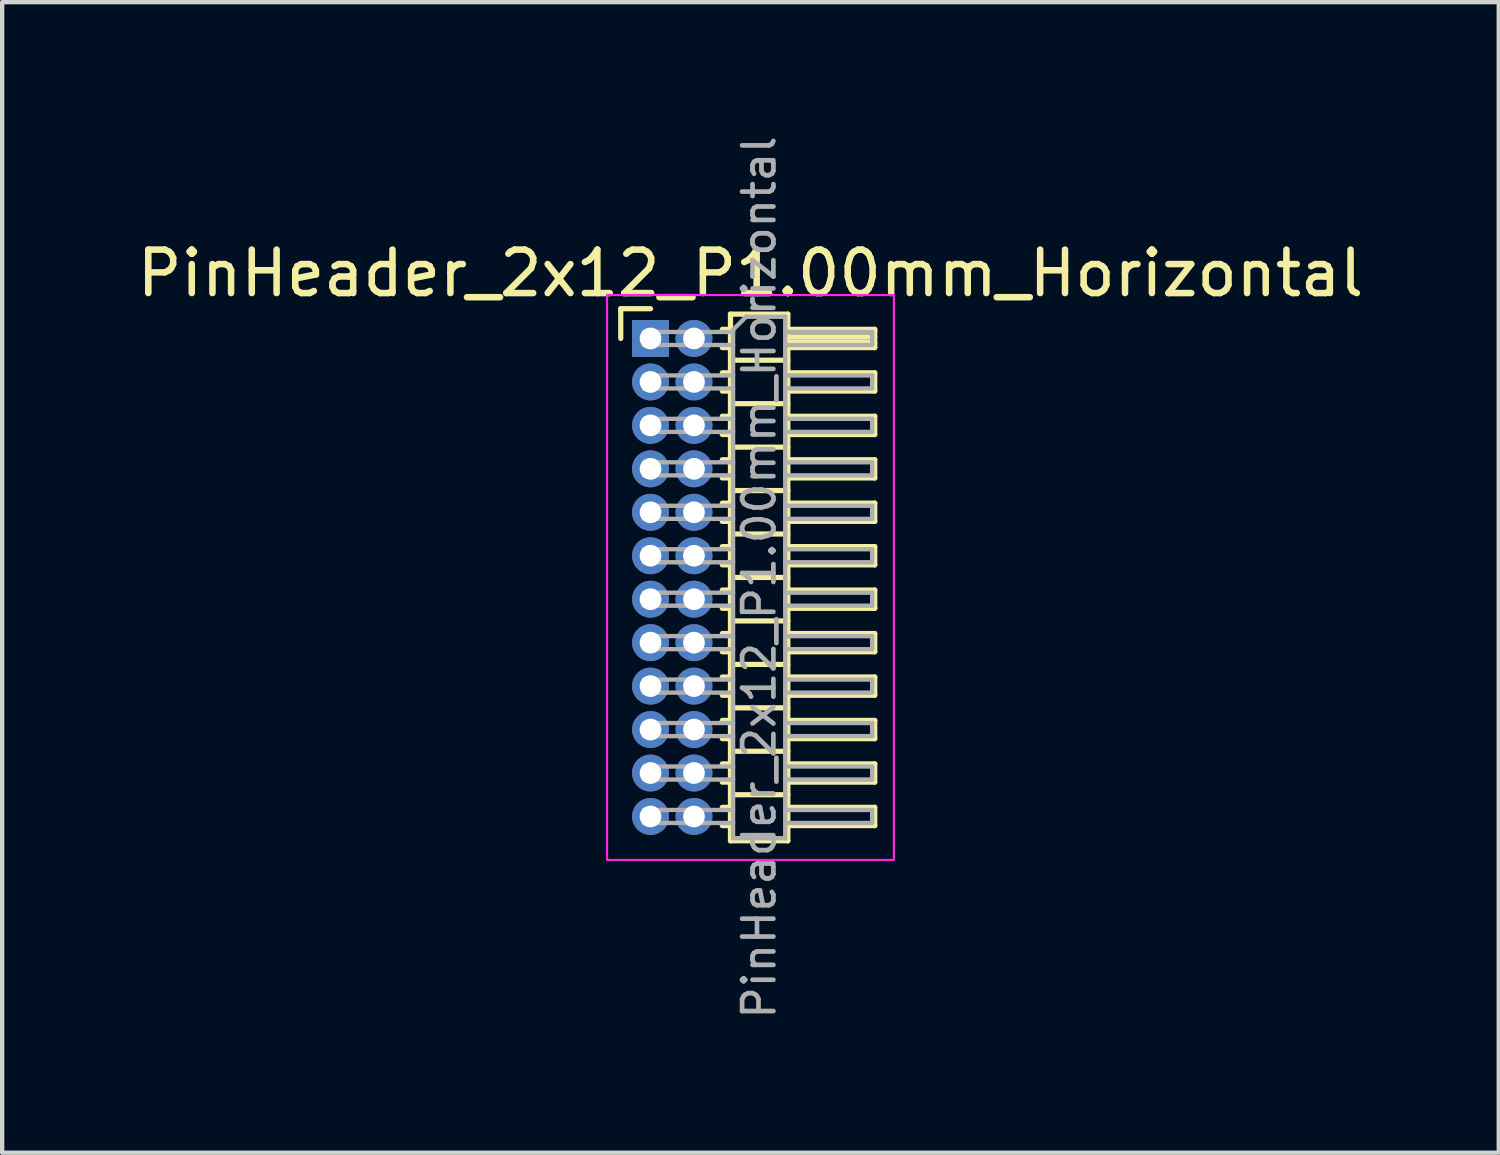
<source format=kicad_pcb>
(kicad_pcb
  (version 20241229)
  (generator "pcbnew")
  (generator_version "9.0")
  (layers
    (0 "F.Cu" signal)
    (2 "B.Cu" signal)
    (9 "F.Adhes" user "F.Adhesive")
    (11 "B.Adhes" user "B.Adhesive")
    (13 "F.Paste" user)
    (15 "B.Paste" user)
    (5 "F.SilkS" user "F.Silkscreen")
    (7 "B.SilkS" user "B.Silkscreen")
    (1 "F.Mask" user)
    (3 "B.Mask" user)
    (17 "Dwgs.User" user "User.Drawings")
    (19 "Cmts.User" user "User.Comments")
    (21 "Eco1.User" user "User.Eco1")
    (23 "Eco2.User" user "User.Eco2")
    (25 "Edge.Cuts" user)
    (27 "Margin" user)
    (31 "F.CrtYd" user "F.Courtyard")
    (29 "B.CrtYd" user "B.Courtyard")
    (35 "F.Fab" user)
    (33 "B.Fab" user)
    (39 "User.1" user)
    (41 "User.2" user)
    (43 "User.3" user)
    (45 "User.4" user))
  (footprint "PinHeader_2x12_P1.00mm_Horizontal"
    (layer "F.Cu")
    (at 11.92 4.739)
    (property "Reference" "PinHeader_2x12_P1.00mm_Horizontal" (at 2.3 -1.5 0) (layer "F.SilkS") (effects (font (size 1 1) (thickness 0.15))))
    (attr through_hole)
    (fp_line (start -0.685 -0.685) (end 0 -0.685) (stroke (width 0.12) (type solid)) (layer "F.SilkS"))
    (fp_line (start -0.685 0) (end -0.685 -0.685) (stroke (width 0.12) (type solid)) (layer "F.SilkS"))
    (fp_line (start 1.652 -0.21) (end 1.84 -0.21) (stroke (width 0.12) (type solid)) (layer "F.SilkS"))
    (fp_line (start 1.652 0.21) (end 1.84 0.21) (stroke (width 0.12) (type solid)) (layer "F.SilkS"))
    (fp_line (start 1.652 0.79) (end 1.84 0.79) (stroke (width 0.12) (type solid)) (layer "F.SilkS"))
    (fp_line (start 1.652 1.21) (end 1.84 1.21) (stroke (width 0.12) (type solid)) (layer "F.SilkS"))
    (fp_line (start 1.652 1.79) (end 1.84 1.79) (stroke (width 0.12) (type solid)) (layer "F.SilkS"))
    (fp_line (start 1.652 2.21) (end 1.84 2.21) (stroke (width 0.12) (type solid)) (layer "F.SilkS"))
    (fp_line (start 1.652 2.79) (end 1.84 2.79) (stroke (width 0.12) (type solid)) (layer "F.SilkS"))
    (fp_line (start 1.652 3.21) (end 1.84 3.21) (stroke (width 0.12) (type solid)) (layer "F.SilkS"))
    (fp_line (start 1.652 3.79) (end 1.84 3.79) (stroke (width 0.12) (type solid)) (layer "F.SilkS"))
    (fp_line (start 1.652 4.21) (end 1.84 4.21) (stroke (width 0.12) (type solid)) (layer "F.SilkS"))
    (fp_line (start 1.652 4.79) (end 1.84 4.79) (stroke (width 0.12) (type solid)) (layer "F.SilkS"))
    (fp_line (start 1.652 5.21) (end 1.84 5.21) (stroke (width 0.12) (type solid)) (layer "F.SilkS"))
    (fp_line (start 1.652 5.79) (end 1.84 5.79) (stroke (width 0.12) (type solid)) (layer "F.SilkS"))
    (fp_line (start 1.652 6.21) (end 1.84 6.21) (stroke (width 0.12) (type solid)) (layer "F.SilkS"))
    (fp_line (start 1.652 6.79) (end 1.84 6.79) (stroke (width 0.12) (type solid)) (layer "F.SilkS"))
    (fp_line (start 1.652 7.21) (end 1.84 7.21) (stroke (width 0.12) (type solid)) (layer "F.SilkS"))
    (fp_line (start 1.652 7.79) (end 1.84 7.79) (stroke (width 0.12) (type solid)) (layer "F.SilkS"))
    (fp_line (start 1.652 8.21) (end 1.84 8.21) (stroke (width 0.12) (type solid)) (layer "F.SilkS"))
    (fp_line (start 1.652 8.79) (end 1.84 8.79) (stroke (width 0.12) (type solid)) (layer "F.SilkS"))
    (fp_line (start 1.652 9.21) (end 1.84 9.21) (stroke (width 0.12) (type solid)) (layer "F.SilkS"))
    (fp_line (start 1.652 9.79) (end 1.84 9.79) (stroke (width 0.12) (type solid)) (layer "F.SilkS"))
    (fp_line (start 1.652 10.21) (end 1.84 10.21) (stroke (width 0.12) (type solid)) (layer "F.SilkS"))
    (fp_line (start 1.652 10.79) (end 1.84 10.79) (stroke (width 0.12) (type solid)) (layer "F.SilkS"))
    (fp_line (start 1.652 11.21) (end 1.84 11.21) (stroke (width 0.12) (type solid)) (layer "F.SilkS"))
    (fp_line (start 1.84 -0.56) (end 1.84 11.56) (stroke (width 0.12) (type solid)) (layer "F.SilkS"))
    (fp_line (start 1.84 0.5) (end 3.16 0.5) (stroke (width 0.12) (type solid)) (layer "F.SilkS"))
    (fp_line (start 1.84 1.5) (end 3.16 1.5) (stroke (width 0.12) (type solid)) (layer "F.SilkS"))
    (fp_line (start 1.84 2.5) (end 3.16 2.5) (stroke (width 0.12) (type solid)) (layer "F.SilkS"))
    (fp_line (start 1.84 3.5) (end 3.16 3.5) (stroke (width 0.12) (type solid)) (layer "F.SilkS"))
    (fp_line (start 1.84 4.5) (end 3.16 4.5) (stroke (width 0.12) (type solid)) (layer "F.SilkS"))
    (fp_line (start 1.84 5.5) (end 3.16 5.5) (stroke (width 0.12) (type solid)) (layer "F.SilkS"))
    (fp_line (start 1.84 6.5) (end 3.16 6.5) (stroke (width 0.12) (type solid)) (layer "F.SilkS"))
    (fp_line (start 1.84 7.5) (end 3.16 7.5) (stroke (width 0.12) (type solid)) (layer "F.SilkS"))
    (fp_line (start 1.84 8.5) (end 3.16 8.5) (stroke (width 0.12) (type solid)) (layer "F.SilkS"))
    (fp_line (start 1.84 9.5) (end 3.16 9.5) (stroke (width 0.12) (type solid)) (layer "F.SilkS"))
    (fp_line (start 1.84 10.5) (end 3.16 10.5) (stroke (width 0.12) (type solid)) (layer "F.SilkS"))
    (fp_line (start 1.84 11.56) (end 3.16 11.56) (stroke (width 0.12) (type solid)) (layer "F.SilkS"))
    (fp_line (start 3.16 -0.56) (end 1.84 -0.56) (stroke (width 0.12) (type solid)) (layer "F.SilkS"))
    (fp_line (start 3.16 -0.21) (end 5.16 -0.21) (stroke (width 0.12) (type solid)) (layer "F.SilkS"))
    (fp_line (start 3.16 -0.15) (end 5.16 -0.15) (stroke (width 0.12) (type solid)) (layer "F.SilkS"))
    (fp_line (start 3.16 -0.03) (end 5.16 -0.03) (stroke (width 0.12) (type solid)) (layer "F.SilkS"))
    (fp_line (start 3.16 0.09) (end 5.16 0.09) (stroke (width 0.12) (type solid)) (layer "F.SilkS"))
    (fp_line (start 3.16 0.79) (end 5.16 0.79) (stroke (width 0.12) (type solid)) (layer "F.SilkS"))
    (fp_line (start 3.16 1.79) (end 5.16 1.79) (stroke (width 0.12) (type solid)) (layer "F.SilkS"))
    (fp_line (start 3.16 2.79) (end 5.16 2.79) (stroke (width 0.12) (type solid)) (layer "F.SilkS"))
    (fp_line (start 3.16 3.79) (end 5.16 3.79) (stroke (width 0.12) (type solid)) (layer "F.SilkS"))
    (fp_line (start 3.16 4.79) (end 5.16 4.79) (stroke (width 0.12) (type solid)) (layer "F.SilkS"))
    (fp_line (start 3.16 5.79) (end 5.16 5.79) (stroke (width 0.12) (type solid)) (layer "F.SilkS"))
    (fp_line (start 3.16 6.79) (end 5.16 6.79) (stroke (width 0.12) (type solid)) (layer "F.SilkS"))
    (fp_line (start 3.16 7.79) (end 5.16 7.79) (stroke (width 0.12) (type solid)) (layer "F.SilkS"))
    (fp_line (start 3.16 8.79) (end 5.16 8.79) (stroke (width 0.12) (type solid)) (layer "F.SilkS"))
    (fp_line (start 3.16 9.79) (end 5.16 9.79) (stroke (width 0.12) (type solid)) (layer "F.SilkS"))
    (fp_line (start 3.16 10.79) (end 5.16 10.79) (stroke (width 0.12) (type solid)) (layer "F.SilkS"))
    (fp_line (start 3.16 11.56) (end 3.16 -0.56) (stroke (width 0.12) (type solid)) (layer "F.SilkS"))
    (fp_line (start 5.16 -0.21) (end 5.16 0.21) (stroke (width 0.12) (type solid)) (layer "F.SilkS"))
    (fp_line (start 5.16 0.21) (end 3.16 0.21) (stroke (width 0.12) (type solid)) (layer "F.SilkS"))
    (fp_line (start 5.16 0.79) (end 5.16 1.21) (stroke (width 0.12) (type solid)) (layer "F.SilkS"))
    (fp_line (start 5.16 1.21) (end 3.16 1.21) (stroke (width 0.12) (type solid)) (layer "F.SilkS"))
    (fp_line (start 5.16 1.79) (end 5.16 2.21) (stroke (width 0.12) (type solid)) (layer "F.SilkS"))
    (fp_line (start 5.16 2.21) (end 3.16 2.21) (stroke (width 0.12) (type solid)) (layer "F.SilkS"))
    (fp_line (start 5.16 2.79) (end 5.16 3.21) (stroke (width 0.12) (type solid)) (layer "F.SilkS"))
    (fp_line (start 5.16 3.21) (end 3.16 3.21) (stroke (width 0.12) (type solid)) (layer "F.SilkS"))
    (fp_line (start 5.16 3.79) (end 5.16 4.21) (stroke (width 0.12) (type solid)) (layer "F.SilkS"))
    (fp_line (start 5.16 4.21) (end 3.16 4.21) (stroke (width 0.12) (type solid)) (layer "F.SilkS"))
    (fp_line (start 5.16 4.79) (end 5.16 5.21) (stroke (width 0.12) (type solid)) (layer "F.SilkS"))
    (fp_line (start 5.16 5.21) (end 3.16 5.21) (stroke (width 0.12) (type solid)) (layer "F.SilkS"))
    (fp_line (start 5.16 5.79) (end 5.16 6.21) (stroke (width 0.12) (type solid)) (layer "F.SilkS"))
    (fp_line (start 5.16 6.21) (end 3.16 6.21) (stroke (width 0.12) (type solid)) (layer "F.SilkS"))
    (fp_line (start 5.16 6.79) (end 5.16 7.21) (stroke (width 0.12) (type solid)) (layer "F.SilkS"))
    (fp_line (start 5.16 7.21) (end 3.16 7.21) (stroke (width 0.12) (type solid)) (layer "F.SilkS"))
    (fp_line (start 5.16 7.79) (end 5.16 8.21) (stroke (width 0.12) (type solid)) (layer "F.SilkS"))
    (fp_line (start 5.16 8.21) (end 3.16 8.21) (stroke (width 0.12) (type solid)) (layer "F.SilkS"))
    (fp_line (start 5.16 8.79) (end 5.16 9.21) (stroke (width 0.12) (type solid)) (layer "F.SilkS"))
    (fp_line (start 5.16 9.21) (end 3.16 9.21) (stroke (width 0.12) (type solid)) (layer "F.SilkS"))
    (fp_line (start 5.16 9.79) (end 5.16 10.21) (stroke (width 0.12) (type solid)) (layer "F.SilkS"))
    (fp_line (start 5.16 10.21) (end 3.16 10.21) (stroke (width 0.12) (type solid)) (layer "F.SilkS"))
    (fp_line (start 5.16 10.79) (end 5.16 11.21) (stroke (width 0.12) (type solid)) (layer "F.SilkS"))
    (fp_line (start 5.16 11.21) (end 3.16 11.21) (stroke (width 0.12) (type solid)) (layer "F.SilkS"))
    (fp_line (start -1 -1) (end -1 12) (stroke (width 0.05) (type solid)) (layer "F.CrtYd"))
    (fp_line (start -1 12) (end 5.6 12) (stroke (width 0.05) (type solid)) (layer "F.CrtYd"))
    (fp_line (start 5.6 -1) (end -1 -1) (stroke (width 0.05) (type solid)) (layer "F.CrtYd"))
    (fp_line (start 5.6 12) (end 5.6 -1) (stroke (width 0.05) (type solid)) (layer "F.CrtYd"))
    (fp_line (start -0.15 -0.15) (end -0.15 0.15) (stroke (width 0.1) (type solid)) (layer "F.Fab"))
    (fp_line (start -0.15 -0.15) (end 1.9 -0.15) (stroke (width 0.1) (type solid)) (layer "F.Fab"))
    (fp_line (start -0.15 0.15) (end 1.9 0.15) (stroke (width 0.1) (type solid)) (layer "F.Fab"))
    (fp_line (start -0.15 0.85) (end -0.15 1.15) (stroke (width 0.1) (type solid)) (layer "F.Fab"))
    (fp_line (start -0.15 0.85) (end 1.9 0.85) (stroke (width 0.1) (type solid)) (layer "F.Fab"))
    (fp_line (start -0.15 1.15) (end 1.9 1.15) (stroke (width 0.1) (type solid)) (layer "F.Fab"))
    (fp_line (start -0.15 1.85) (end -0.15 2.15) (stroke (width 0.1) (type solid)) (layer "F.Fab"))
    (fp_line (start -0.15 1.85) (end 1.9 1.85) (stroke (width 0.1) (type solid)) (layer "F.Fab"))
    (fp_line (start -0.15 2.15) (end 1.9 2.15) (stroke (width 0.1) (type solid)) (layer "F.Fab"))
    (fp_line (start -0.15 2.85) (end -0.15 3.15) (stroke (width 0.1) (type solid)) (layer "F.Fab"))
    (fp_line (start -0.15 2.85) (end 1.9 2.85) (stroke (width 0.1) (type solid)) (layer "F.Fab"))
    (fp_line (start -0.15 3.15) (end 1.9 3.15) (stroke (width 0.1) (type solid)) (layer "F.Fab"))
    (fp_line (start -0.15 3.85) (end -0.15 4.15) (stroke (width 0.1) (type solid)) (layer "F.Fab"))
    (fp_line (start -0.15 3.85) (end 1.9 3.85) (stroke (width 0.1) (type solid)) (layer "F.Fab"))
    (fp_line (start -0.15 4.15) (end 1.9 4.15) (stroke (width 0.1) (type solid)) (layer "F.Fab"))
    (fp_line (start -0.15 4.85) (end -0.15 5.15) (stroke (width 0.1) (type solid)) (layer "F.Fab"))
    (fp_line (start -0.15 4.85) (end 1.9 4.85) (stroke (width 0.1) (type solid)) (layer "F.Fab"))
    (fp_line (start -0.15 5.15) (end 1.9 5.15) (stroke (width 0.1) (type solid)) (layer "F.Fab"))
    (fp_line (start -0.15 5.85) (end -0.15 6.15) (stroke (width 0.1) (type solid)) (layer "F.Fab"))
    (fp_line (start -0.15 5.85) (end 1.9 5.85) (stroke (width 0.1) (type solid)) (layer "F.Fab"))
    (fp_line (start -0.15 6.15) (end 1.9 6.15) (stroke (width 0.1) (type solid)) (layer "F.Fab"))
    (fp_line (start -0.15 6.85) (end -0.15 7.15) (stroke (width 0.1) (type solid)) (layer "F.Fab"))
    (fp_line (start -0.15 6.85) (end 1.9 6.85) (stroke (width 0.1) (type solid)) (layer "F.Fab"))
    (fp_line (start -0.15 7.15) (end 1.9 7.15) (stroke (width 0.1) (type solid)) (layer "F.Fab"))
    (fp_line (start -0.15 7.85) (end -0.15 8.15) (stroke (width 0.1) (type solid)) (layer "F.Fab"))
    (fp_line (start -0.15 7.85) (end 1.9 7.85) (stroke (width 0.1) (type solid)) (layer "F.Fab"))
    (fp_line (start -0.15 8.15) (end 1.9 8.15) (stroke (width 0.1) (type solid)) (layer "F.Fab"))
    (fp_line (start -0.15 8.85) (end -0.15 9.15) (stroke (width 0.1) (type solid)) (layer "F.Fab"))
    (fp_line (start -0.15 8.85) (end 1.9 8.85) (stroke (width 0.1) (type solid)) (layer "F.Fab"))
    (fp_line (start -0.15 9.15) (end 1.9 9.15) (stroke (width 0.1) (type solid)) (layer "F.Fab"))
    (fp_line (start -0.15 9.85) (end -0.15 10.15) (stroke (width 0.1) (type solid)) (layer "F.Fab"))
    (fp_line (start -0.15 9.85) (end 1.9 9.85) (stroke (width 0.1) (type solid)) (layer "F.Fab"))
    (fp_line (start -0.15 10.15) (end 1.9 10.15) (stroke (width 0.1) (type solid)) (layer "F.Fab"))
    (fp_line (start -0.15 10.85) (end -0.15 11.15) (stroke (width 0.1) (type solid)) (layer "F.Fab"))
    (fp_line (start -0.15 10.85) (end 1.9 10.85) (stroke (width 0.1) (type solid)) (layer "F.Fab"))
    (fp_line (start -0.15 11.15) (end 1.9 11.15) (stroke (width 0.1) (type solid)) (layer "F.Fab"))
    (fp_line (start 1.9 -0.2) (end 2.2 -0.5) (stroke (width 0.1) (type solid)) (layer "F.Fab"))
    (fp_line (start 1.9 11.5) (end 1.9 -0.2) (stroke (width 0.1) (type solid)) (layer "F.Fab"))
    (fp_line (start 2.2 -0.5) (end 3.1 -0.5) (stroke (width 0.1) (type solid)) (layer "F.Fab"))
    (fp_line (start 3.1 -0.5) (end 3.1 11.5) (stroke (width 0.1) (type solid)) (layer "F.Fab"))
    (fp_line (start 3.1 -0.15) (end 5.1 -0.15) (stroke (width 0.1) (type solid)) (layer "F.Fab"))
    (fp_line (start 3.1 0.15) (end 5.1 0.15) (stroke (width 0.1) (type solid)) (layer "F.Fab"))
    (fp_line (start 3.1 0.85) (end 5.1 0.85) (stroke (width 0.1) (type solid)) (layer "F.Fab"))
    (fp_line (start 3.1 1.15) (end 5.1 1.15) (stroke (width 0.1) (type solid)) (layer "F.Fab"))
    (fp_line (start 3.1 1.85) (end 5.1 1.85) (stroke (width 0.1) (type solid)) (layer "F.Fab"))
    (fp_line (start 3.1 2.15) (end 5.1 2.15) (stroke (width 0.1) (type solid)) (layer "F.Fab"))
    (fp_line (start 3.1 2.85) (end 5.1 2.85) (stroke (width 0.1) (type solid)) (layer "F.Fab"))
    (fp_line (start 3.1 3.15) (end 5.1 3.15) (stroke (width 0.1) (type solid)) (layer "F.Fab"))
    (fp_line (start 3.1 3.85) (end 5.1 3.85) (stroke (width 0.1) (type solid)) (layer "F.Fab"))
    (fp_line (start 3.1 4.15) (end 5.1 4.15) (stroke (width 0.1) (type solid)) (layer "F.Fab"))
    (fp_line (start 3.1 4.85) (end 5.1 4.85) (stroke (width 0.1) (type solid)) (layer "F.Fab"))
    (fp_line (start 3.1 5.15) (end 5.1 5.15) (stroke (width 0.1) (type solid)) (layer "F.Fab"))
    (fp_line (start 3.1 5.85) (end 5.1 5.85) (stroke (width 0.1) (type solid)) (layer "F.Fab"))
    (fp_line (start 3.1 6.15) (end 5.1 6.15) (stroke (width 0.1) (type solid)) (layer "F.Fab"))
    (fp_line (start 3.1 6.85) (end 5.1 6.85) (stroke (width 0.1) (type solid)) (layer "F.Fab"))
    (fp_line (start 3.1 7.15) (end 5.1 7.15) (stroke (width 0.1) (type solid)) (layer "F.Fab"))
    (fp_line (start 3.1 7.85) (end 5.1 7.85) (stroke (width 0.1) (type solid)) (layer "F.Fab"))
    (fp_line (start 3.1 8.15) (end 5.1 8.15) (stroke (width 0.1) (type solid)) (layer "F.Fab"))
    (fp_line (start 3.1 8.85) (end 5.1 8.85) (stroke (width 0.1) (type solid)) (layer "F.Fab"))
    (fp_line (start 3.1 9.15) (end 5.1 9.15) (stroke (width 0.1) (type solid)) (layer "F.Fab"))
    (fp_line (start 3.1 9.85) (end 5.1 9.85) (stroke (width 0.1) (type solid)) (layer "F.Fab"))
    (fp_line (start 3.1 10.15) (end 5.1 10.15) (stroke (width 0.1) (type solid)) (layer "F.Fab"))
    (fp_line (start 3.1 10.85) (end 5.1 10.85) (stroke (width 0.1) (type solid)) (layer "F.Fab"))
    (fp_line (start 3.1 11.15) (end 5.1 11.15) (stroke (width 0.1) (type solid)) (layer "F.Fab"))
    (fp_line (start 3.1 11.5) (end 1.9 11.5) (stroke (width 0.1) (type solid)) (layer "F.Fab"))
    (fp_line (start 5.1 -0.15) (end 5.1 0.15) (stroke (width 0.1) (type solid)) (layer "F.Fab"))
    (fp_line (start 5.1 0.85) (end 5.1 1.15) (stroke (width 0.1) (type solid)) (layer "F.Fab"))
    (fp_line (start 5.1 1.85) (end 5.1 2.15) (stroke (width 0.1) (type solid)) (layer "F.Fab"))
    (fp_line (start 5.1 2.85) (end 5.1 3.15) (stroke (width 0.1) (type solid)) (layer "F.Fab"))
    (fp_line (start 5.1 3.85) (end 5.1 4.15) (stroke (width 0.1) (type solid)) (layer "F.Fab"))
    (fp_line (start 5.1 4.85) (end 5.1 5.15) (stroke (width 0.1) (type solid)) (layer "F.Fab"))
    (fp_line (start 5.1 5.85) (end 5.1 6.15) (stroke (width 0.1) (type solid)) (layer "F.Fab"))
    (fp_line (start 5.1 6.85) (end 5.1 7.15) (stroke (width 0.1) (type solid)) (layer "F.Fab"))
    (fp_line (start 5.1 7.85) (end 5.1 8.15) (stroke (width 0.1) (type solid)) (layer "F.Fab"))
    (fp_line (start 5.1 8.85) (end 5.1 9.15) (stroke (width 0.1) (type solid)) (layer "F.Fab"))
    (fp_line (start 5.1 9.85) (end 5.1 10.15) (stroke (width 0.1) (type solid)) (layer "F.Fab"))
    (fp_line (start 5.1 10.85) (end 5.1 11.15) (stroke (width 0.1) (type solid)) (layer "F.Fab"))
    (fp_text user "${REFERENCE}" (at 2.5 5.5 90) (layer "F.Fab") (effects (font (size 0.72 0.72) (thickness 0.108))))
    (pad "1" thru_hole rect (at 0 0) (size 0.85 0.85) (drill 0.5) (layers "*.Cu" "*.Mask"))
    (pad "2" thru_hole oval (at 1 0) (size 0.85 0.85) (drill 0.5) (layers "*.Cu" "*.Mask"))
    (pad "3" thru_hole oval (at 0 1) (size 0.85 0.85) (drill 0.5) (layers "*.Cu" "*.Mask"))
    (pad "4" thru_hole oval (at 1 1) (size 0.85 0.85) (drill 0.5) (layers "*.Cu" "*.Mask"))
    (pad "5" thru_hole oval (at 0 2) (size 0.85 0.85) (drill 0.5) (layers "*.Cu" "*.Mask"))
    (pad "6" thru_hole oval (at 1 2) (size 0.85 0.85) (drill 0.5) (layers "*.Cu" "*.Mask"))
    (pad "7" thru_hole oval (at 0 3) (size 0.85 0.85) (drill 0.5) (layers "*.Cu" "*.Mask"))
    (pad "8" thru_hole oval (at 1 3) (size 0.85 0.85) (drill 0.5) (layers "*.Cu" "*.Mask"))
    (pad "9" thru_hole oval (at 0 4) (size 0.85 0.85) (drill 0.5) (layers "*.Cu" "*.Mask"))
    (pad "10" thru_hole oval (at 1 4) (size 0.85 0.85) (drill 0.5) (layers "*.Cu" "*.Mask"))
    (pad "11" thru_hole oval (at 0 5) (size 0.85 0.85) (drill 0.5) (layers "*.Cu" "*.Mask"))
    (pad "12" thru_hole oval (at 1 5) (size 0.85 0.85) (drill 0.5) (layers "*.Cu" "*.Mask"))
    (pad "13" thru_hole oval (at 0 6) (size 0.85 0.85) (drill 0.5) (layers "*.Cu" "*.Mask"))
    (pad "14" thru_hole oval (at 1 6) (size 0.85 0.85) (drill 0.5) (layers "*.Cu" "*.Mask"))
    (pad "15" thru_hole oval (at 0 7) (size 0.85 0.85) (drill 0.5) (layers "*.Cu" "*.Mask"))
    (pad "16" thru_hole oval (at 1 7) (size 0.85 0.85) (drill 0.5) (layers "*.Cu" "*.Mask"))
    (pad "17" thru_hole oval (at 0 8) (size 0.85 0.85) (drill 0.5) (layers "*.Cu" "*.Mask"))
    (pad "18" thru_hole oval (at 1 8) (size 0.85 0.85) (drill 0.5) (layers "*.Cu" "*.Mask"))
    (pad "19" thru_hole oval (at 0 9) (size 0.85 0.85) (drill 0.5) (layers "*.Cu" "*.Mask"))
    (pad "20" thru_hole oval (at 1 9) (size 0.85 0.85) (drill 0.5) (layers "*.Cu" "*.Mask"))
    (pad "21" thru_hole oval (at 0 10) (size 0.85 0.85) (drill 0.5) (layers "*.Cu" "*.Mask"))
    (pad "22" thru_hole oval (at 1 10) (size 0.85 0.85) (drill 0.5) (layers "*.Cu" "*.Mask"))
    (pad "23" thru_hole oval (at 0 11) (size 0.85 0.85) (drill 0.5) (layers "*.Cu" "*.Mask"))
    (pad "24" thru_hole oval (at 1 11) (size 0.85 0.85) (drill 0.5) (layers "*.Cu" "*.Mask")))
  (gr_rect
    (start -3 -3)
    (end 31.44 23.477)
    (stroke (width 0.1) (type default))
    (fill no)
    (layer "Edge.Cuts")))
</source>
